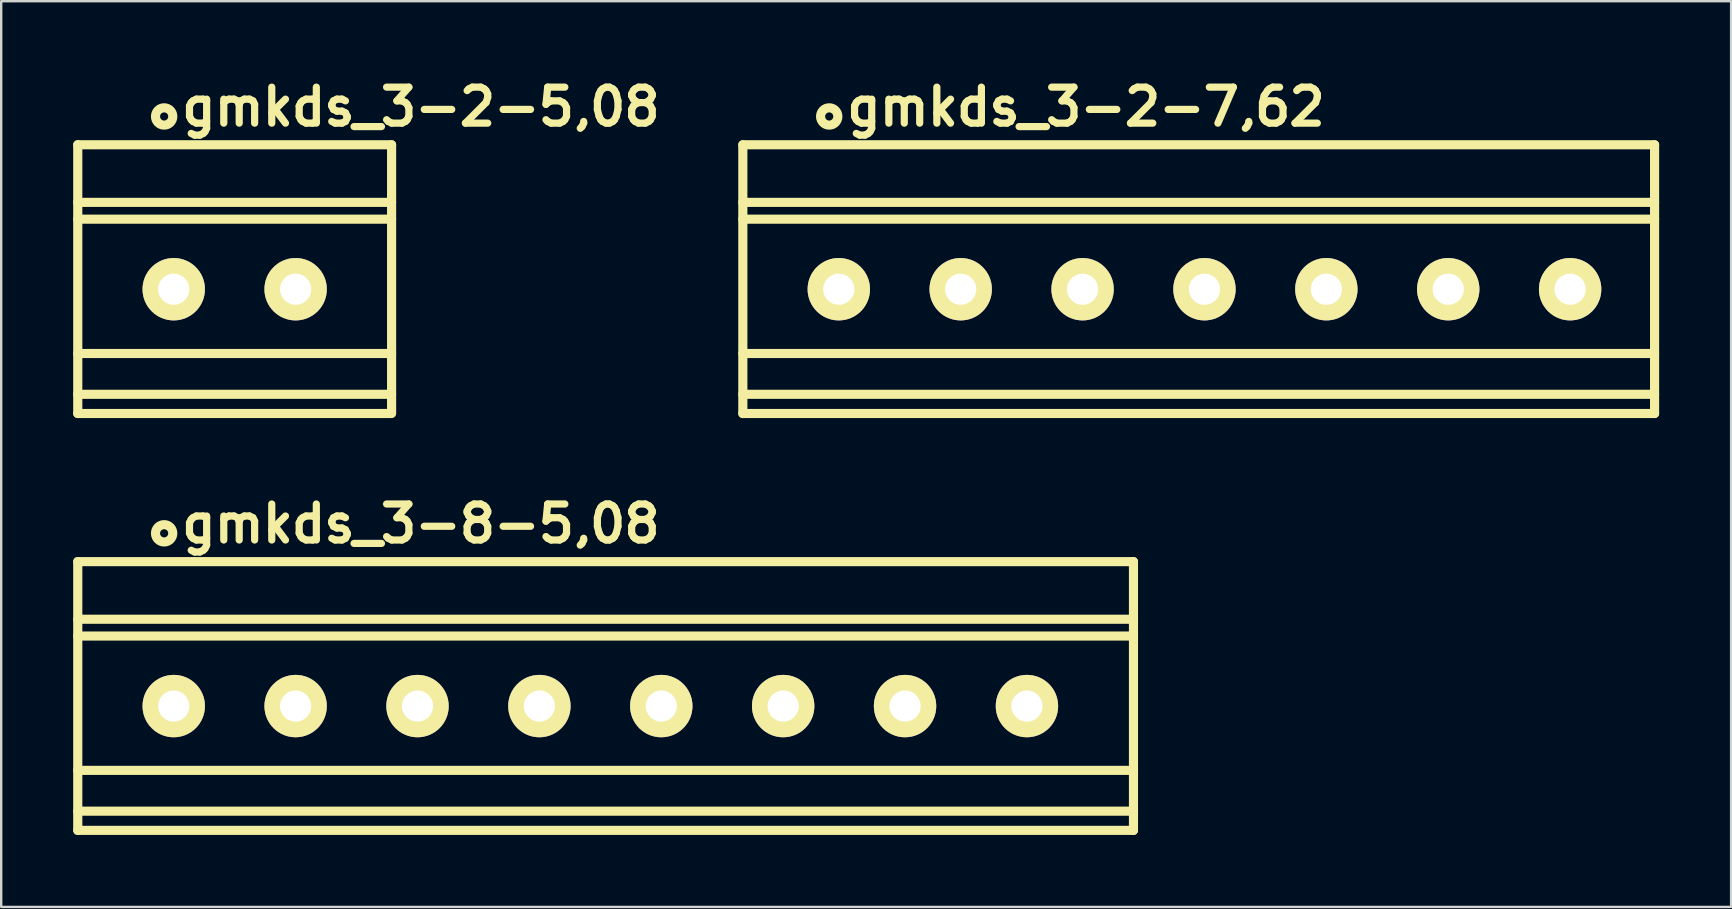
<source format=kicad_pcb>
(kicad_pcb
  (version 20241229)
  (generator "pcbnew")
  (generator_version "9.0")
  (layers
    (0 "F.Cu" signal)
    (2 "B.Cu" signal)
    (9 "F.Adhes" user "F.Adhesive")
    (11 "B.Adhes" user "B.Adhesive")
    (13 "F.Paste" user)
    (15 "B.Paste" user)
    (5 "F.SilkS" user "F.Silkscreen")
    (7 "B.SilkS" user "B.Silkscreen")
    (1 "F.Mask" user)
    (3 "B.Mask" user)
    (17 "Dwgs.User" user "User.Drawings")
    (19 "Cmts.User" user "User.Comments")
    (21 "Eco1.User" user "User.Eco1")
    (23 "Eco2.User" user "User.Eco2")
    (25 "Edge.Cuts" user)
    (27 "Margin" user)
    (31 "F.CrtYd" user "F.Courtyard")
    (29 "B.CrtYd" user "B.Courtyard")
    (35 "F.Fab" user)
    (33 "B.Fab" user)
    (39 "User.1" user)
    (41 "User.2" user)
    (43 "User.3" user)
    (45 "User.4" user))
  (footprint "gmkds_3-2-5,08"
    (layer "F.Cu")
    (at 4.191 9.004)
    (property "Reference" "gmkds_3-2-5,08" (at 10.3 -7.6 0) (layer "F.SilkS") (effects (font (size 1.5 1.5) (thickness 0.3))))
    (attr through_hole)
    (fp_line (start -4 -6.02) (end -4 5.18) (stroke (width 0.381) (type solid)) (layer "F.SilkS"))
    (fp_line (start -4 -6.02) (end 9.08 -6.02) (stroke (width 0.381) (type solid)) (layer "F.SilkS"))
    (fp_line (start -4 -3.62) (end 9.08 -3.62) (stroke (width 0.381) (type solid)) (layer "F.SilkS"))
    (fp_line (start -4 -2.92) (end 9.08 -2.92) (stroke (width 0.381) (type solid)) (layer "F.SilkS"))
    (fp_line (start -4 2.68) (end 9.08 2.68) (stroke (width 0.381) (type solid)) (layer "F.SilkS"))
    (fp_line (start -4 4.38) (end 9.08 4.38) (stroke (width 0.381) (type solid)) (layer "F.SilkS"))
    (fp_line (start -4 5.18) (end 9 5.18) (stroke (width 0.381) (type solid)) (layer "F.SilkS"))
    (fp_line (start 9.08 -6.02) (end 9.08 5.18) (stroke (width 0.381) (type solid)) (layer "F.SilkS"))
    (fp_circle (center -0.4 -7.2) (end -0.2 -6.9) (stroke (width 0.381) (type solid)) (fill no) (layer "F.SilkS"))
    (pad "1" thru_hole circle (at 0 0) (size 2.6 2.6) (drill 1.3) (layers "*.Cu" "*.Mask" "F.SilkS"))
    (pad "2" thru_hole circle (at 5.08 0) (size 2.6 2.6) (drill 1.3) (layers "*.Cu" "*.Mask" "F.SilkS")))
  (footprint "gmkds_3-8-5,08"
    (layer "F.Cu")
    (at 4.191 26.378)
    (property "Reference" "gmkds_3-8-5,08" (at 10.3 -7.6 0) (layer "F.SilkS") (effects (font (size 1.5 1.5) (thickness 0.3))))
    (attr through_hole)
    (fp_line (start -4 -6.02) (end -4 5.18) (stroke (width 0.381) (type solid)) (layer "F.SilkS"))
    (fp_line (start -4 -6.02) (end 40 -6.02) (stroke (width 0.381) (type solid)) (layer "F.SilkS"))
    (fp_line (start -4 -3.62) (end 40 -3.62) (stroke (width 0.381) (type solid)) (layer "F.SilkS"))
    (fp_line (start -4 -2.92) (end 40 -2.92) (stroke (width 0.381) (type solid)) (layer "F.SilkS"))
    (fp_line (start -4 2.68) (end 40 2.68) (stroke (width 0.381) (type solid)) (layer "F.SilkS"))
    (fp_line (start -4 4.38) (end 40 4.38) (stroke (width 0.381) (type solid)) (layer "F.SilkS"))
    (fp_line (start -4 5.18) (end 40 5.18) (stroke (width 0.381) (type solid)) (layer "F.SilkS"))
    (fp_line (start 40 -6.02) (end 40 5.18) (stroke (width 0.381) (type solid)) (layer "F.SilkS"))
    (fp_circle (center -0.4 -7.2) (end -0.2 -6.9) (stroke (width 0.381) (type solid)) (fill no) (layer "F.SilkS"))
    (pad "1" thru_hole circle (at 0 0) (size 2.6 2.6) (drill 1.3) (layers "*.Cu" "*.Mask" "F.SilkS"))
    (pad "2" thru_hole circle (at 5.08 0) (size 2.6 2.6) (drill 1.3) (layers "*.Cu" "*.Mask" "F.SilkS"))
    (pad "3" thru_hole circle (at 10.16 0) (size 2.6 2.6) (drill 1.3) (layers "*.Cu" "*.Mask" "F.SilkS"))
    (pad "4" thru_hole circle (at 15.24 0) (size 2.6 2.6) (drill 1.3) (layers "*.Cu" "*.Mask" "F.SilkS"))
    (pad "5" thru_hole circle (at 20.32 0) (size 2.6 2.6) (drill 1.3) (layers "*.Cu" "*.Mask" "F.SilkS"))
    (pad "6" thru_hole circle (at 25.4 0) (size 2.6 2.6) (drill 1.3) (layers "*.Cu" "*.Mask" "F.SilkS"))
    (pad "7" thru_hole circle (at 30.48 0) (size 2.6 2.6) (drill 1.3) (layers "*.Cu" "*.Mask" "F.SilkS"))
    (pad "8" thru_hole circle (at 35.56 0) (size 2.6 2.6) (drill 1.3) (layers "*.Cu" "*.Mask" "F.SilkS")))
  (footprint "gmkds_3-2-7,62"
    (layer "F.Cu")
    (at 31.91 9.004)
    (property "Reference" "gmkds_3-2-7,62" (at 10.3 -7.6 0) (layer "F.SilkS") (effects (font (size 1.5 1.5) (thickness 0.3))))
    (attr through_hole)
    (fp_line (start -4 -6.02) (end -4 5.18) (stroke (width 0.381) (type solid)) (layer "F.SilkS"))
    (fp_line (start -4 -6.02) (end 34 -6.02) (stroke (width 0.381) (type solid)) (layer "F.SilkS"))
    (fp_line (start -4 -3.62) (end 34 -3.62) (stroke (width 0.381) (type solid)) (layer "F.SilkS"))
    (fp_line (start -4 -2.92) (end 34 -2.92) (stroke (width 0.381) (type solid)) (layer "F.SilkS"))
    (fp_line (start -4 2.68) (end 34 2.68) (stroke (width 0.381) (type solid)) (layer "F.SilkS"))
    (fp_line (start -4 4.38) (end 34 4.38) (stroke (width 0.381) (type solid)) (layer "F.SilkS"))
    (fp_line (start -4 5.18) (end 34 5.18) (stroke (width 0.381) (type solid)) (layer "F.SilkS"))
    (fp_line (start 34 -6.02) (end 34 5.18) (stroke (width 0.381) (type solid)) (layer "F.SilkS"))
    (fp_circle (center -0.4 -7.2) (end -0.2 -6.9) (stroke (width 0.381) (type solid)) (fill no) (layer "F.SilkS"))
    (pad "1" thru_hole circle (at 0 0) (size 2.6 2.6) (drill 1.3) (layers "*.Cu" "*.Mask" "F.SilkS"))
    (pad "2" thru_hole circle (at 5.08 0) (size 2.6 2.6) (drill 1.3) (layers "*.Cu" "*.Mask" "F.SilkS"))
    (pad "3" thru_hole circle (at 10.16 0) (size 2.6 2.6) (drill 1.3) (layers "*.Cu" "*.Mask" "F.SilkS"))
    (pad "4" thru_hole circle (at 15.24 0) (size 2.6 2.6) (drill 1.3) (layers "*.Cu" "*.Mask" "F.SilkS"))
    (pad "6" thru_hole circle (at 20.32 0) (size 2.6 2.6) (drill 1.3) (layers "*.Cu" "*.Mask" "F.SilkS"))
    (pad "7" thru_hole circle (at 25.4 0) (size 2.6 2.6) (drill 1.3) (layers "*.Cu" "*.Mask" "F.SilkS"))
    (pad "8" thru_hole circle (at 30.48 0) (size 2.6 2.6) (drill 1.3) (layers "*.Cu" "*.Mask" "F.SilkS")))
  (gr_rect
    (start -3 -3)
    (end 69.1 34.749)
    (stroke (width 0.1) (type default))
    (fill no)
    (layer "Edge.Cuts")))
</source>
